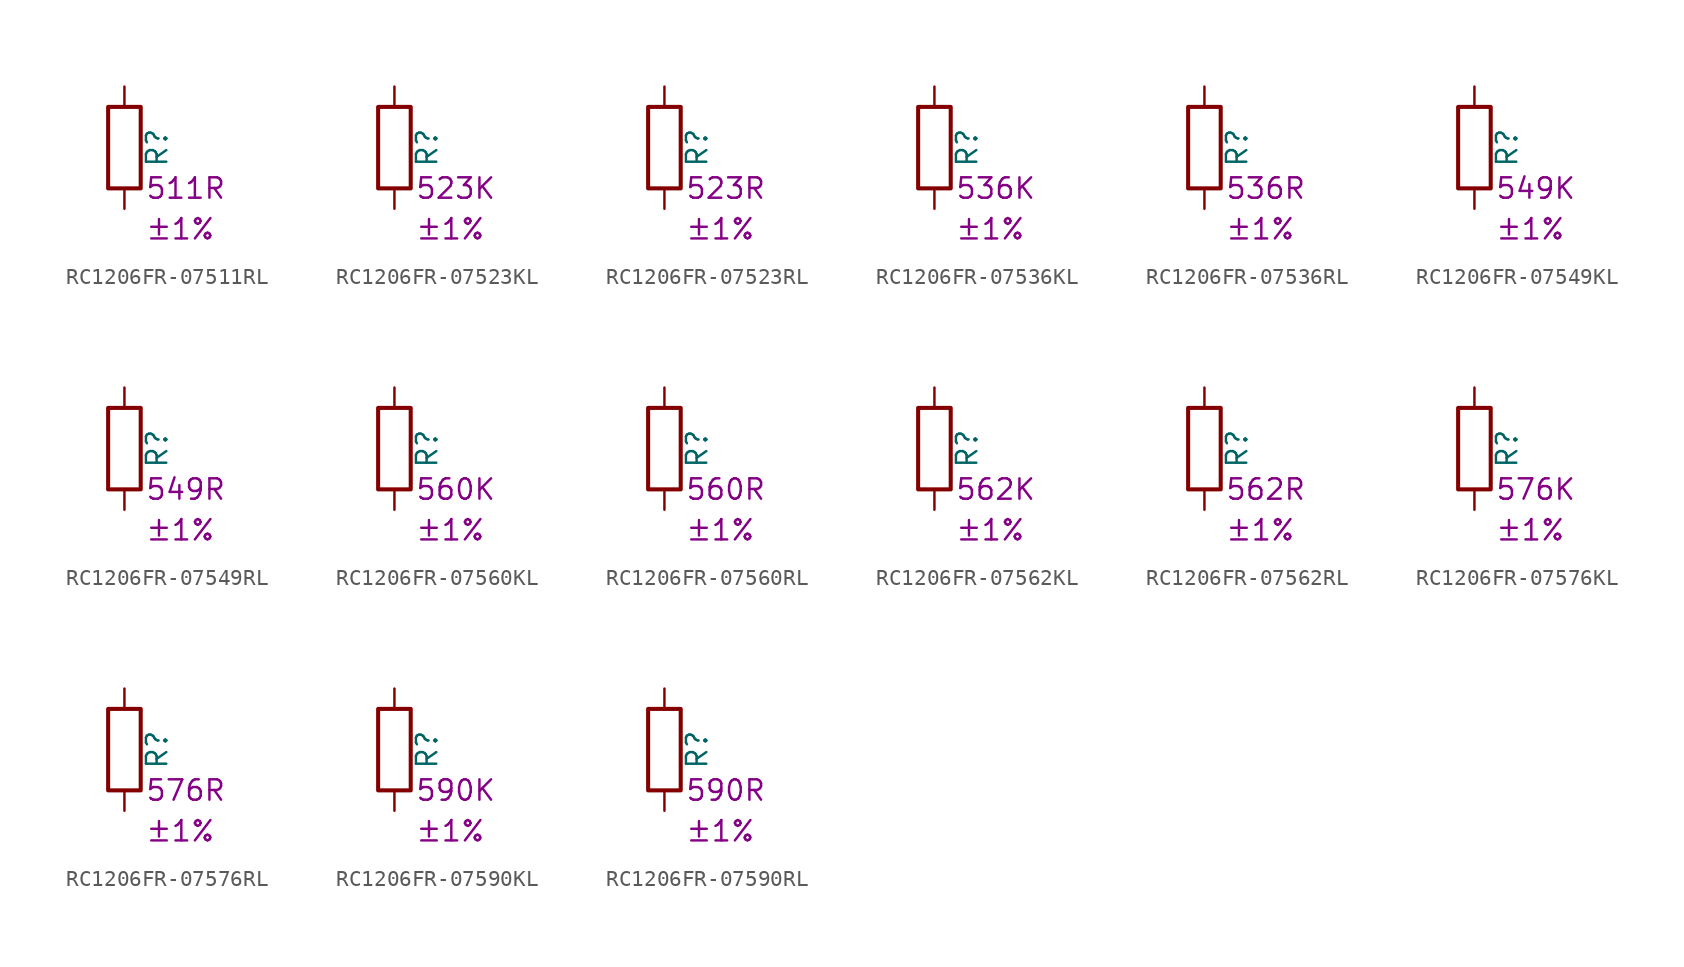
<source format=kicad_sym>
(kicad_symbol_lib
  (version 20220914)
  (generator kicad_symbol_editor)
  (symbol "RC1206FR-07511RL"
    (pin_numbers hide)
    (pin_names
      (offset 0))
    (property "Reference" "R"
      (at 2.032 0 90)
      (effects (font (size 1.27 1.27))))
    (property "Resistance" "511R"
      (at 1.27 -2.54 0)
      (effects (font (size 1.27 1.27)) (justify left)))
    (property "Tolerance" "±1%"
      (at 1.27 -5.08 0)
      (effects (font (size 1.27 1.27)) (justify left)))
    (symbol "RC1206FR-07511RL_0_1"
      (rectangle (start -1.016 -2.54) (end 1.016 2.54) (stroke (width 0.254) (type default)) (fill (type none))))
    (symbol "RC1206FR-07511RL_1_1"
      (pin passive line (at 0 3.81 270) (length 1.27) (name "~" (effects (font (size 1.27 1.27)))) (number "1" (effects (font (size 1.27 1.27)))))
      (pin passive line (at 0 -3.81 90) (length 1.27) (name "~" (effects (font (size 1.27 1.27)))) (number "2" (effects (font (size 1.27 1.27)))))))
  (symbol "RC1206FR-07523KL"
    (pin_numbers hide)
    (pin_names
      (offset 0))
    (property "Reference" "R"
      (at 2.032 0 90)
      (effects (font (size 1.27 1.27))))
    (property "Resistance" "523K"
      (at 1.27 -2.54 0)
      (effects (font (size 1.27 1.27)) (justify left)))
    (property "Tolerance" "±1%"
      (at 1.27 -5.08 0)
      (effects (font (size 1.27 1.27)) (justify left)))
    (symbol "RC1206FR-07523KL_0_1"
      (rectangle (start -1.016 -2.54) (end 1.016 2.54) (stroke (width 0.254) (type default)) (fill (type none))))
    (symbol "RC1206FR-07523KL_1_1"
      (pin passive line (at 0 3.81 270) (length 1.27) (name "~" (effects (font (size 1.27 1.27)))) (number "1" (effects (font (size 1.27 1.27)))))
      (pin passive line (at 0 -3.81 90) (length 1.27) (name "~" (effects (font (size 1.27 1.27)))) (number "2" (effects (font (size 1.27 1.27)))))))
  (symbol "RC1206FR-07523RL"
    (pin_numbers hide)
    (pin_names
      (offset 0))
    (property "Reference" "R"
      (at 2.032 0 90)
      (effects (font (size 1.27 1.27))))
    (property "Resistance" "523R"
      (at 1.27 -2.54 0)
      (effects (font (size 1.27 1.27)) (justify left)))
    (property "Tolerance" "±1%"
      (at 1.27 -5.08 0)
      (effects (font (size 1.27 1.27)) (justify left)))
    (symbol "RC1206FR-07523RL_0_1"
      (rectangle (start -1.016 -2.54) (end 1.016 2.54) (stroke (width 0.254) (type default)) (fill (type none))))
    (symbol "RC1206FR-07523RL_1_1"
      (pin passive line (at 0 3.81 270) (length 1.27) (name "~" (effects (font (size 1.27 1.27)))) (number "1" (effects (font (size 1.27 1.27)))))
      (pin passive line (at 0 -3.81 90) (length 1.27) (name "~" (effects (font (size 1.27 1.27)))) (number "2" (effects (font (size 1.27 1.27)))))))
  (symbol "RC1206FR-07536KL"
    (pin_numbers hide)
    (pin_names
      (offset 0))
    (property "Reference" "R"
      (at 2.032 0 90)
      (effects (font (size 1.27 1.27))))
    (property "Resistance" "536K"
      (at 1.27 -2.54 0)
      (effects (font (size 1.27 1.27)) (justify left)))
    (property "Tolerance" "±1%"
      (at 1.27 -5.08 0)
      (effects (font (size 1.27 1.27)) (justify left)))
    (symbol "RC1206FR-07536KL_0_1"
      (rectangle (start -1.016 -2.54) (end 1.016 2.54) (stroke (width 0.254) (type default)) (fill (type none))))
    (symbol "RC1206FR-07536KL_1_1"
      (pin passive line (at 0 3.81 270) (length 1.27) (name "~" (effects (font (size 1.27 1.27)))) (number "1" (effects (font (size 1.27 1.27)))))
      (pin passive line (at 0 -3.81 90) (length 1.27) (name "~" (effects (font (size 1.27 1.27)))) (number "2" (effects (font (size 1.27 1.27)))))))
  (symbol "RC1206FR-07536RL"
    (pin_numbers hide)
    (pin_names
      (offset 0))
    (property "Reference" "R"
      (at 2.032 0 90)
      (effects (font (size 1.27 1.27))))
    (property "Resistance" "536R"
      (at 1.27 -2.54 0)
      (effects (font (size 1.27 1.27)) (justify left)))
    (property "Tolerance" "±1%"
      (at 1.27 -5.08 0)
      (effects (font (size 1.27 1.27)) (justify left)))
    (symbol "RC1206FR-07536RL_0_1"
      (rectangle (start -1.016 -2.54) (end 1.016 2.54) (stroke (width 0.254) (type default)) (fill (type none))))
    (symbol "RC1206FR-07536RL_1_1"
      (pin passive line (at 0 3.81 270) (length 1.27) (name "~" (effects (font (size 1.27 1.27)))) (number "1" (effects (font (size 1.27 1.27)))))
      (pin passive line (at 0 -3.81 90) (length 1.27) (name "~" (effects (font (size 1.27 1.27)))) (number "2" (effects (font (size 1.27 1.27)))))))
  (symbol "RC1206FR-07549KL"
    (pin_numbers hide)
    (pin_names
      (offset 0))
    (property "Reference" "R"
      (at 2.032 0 90)
      (effects (font (size 1.27 1.27))))
    (property "Resistance" "549K"
      (at 1.27 -2.54 0)
      (effects (font (size 1.27 1.27)) (justify left)))
    (property "Tolerance" "±1%"
      (at 1.27 -5.08 0)
      (effects (font (size 1.27 1.27)) (justify left)))
    (symbol "RC1206FR-07549KL_0_1"
      (rectangle (start -1.016 -2.54) (end 1.016 2.54) (stroke (width 0.254) (type default)) (fill (type none))))
    (symbol "RC1206FR-07549KL_1_1"
      (pin passive line (at 0 3.81 270) (length 1.27) (name "~" (effects (font (size 1.27 1.27)))) (number "1" (effects (font (size 1.27 1.27)))))
      (pin passive line (at 0 -3.81 90) (length 1.27) (name "~" (effects (font (size 1.27 1.27)))) (number "2" (effects (font (size 1.27 1.27)))))))
  (symbol "RC1206FR-07549RL"
    (pin_numbers hide)
    (pin_names
      (offset 0))
    (property "Reference" "R"
      (at 2.032 0 90)
      (effects (font (size 1.27 1.27))))
    (property "Resistance" "549R"
      (at 1.27 -2.54 0)
      (effects (font (size 1.27 1.27)) (justify left)))
    (property "Tolerance" "±1%"
      (at 1.27 -5.08 0)
      (effects (font (size 1.27 1.27)) (justify left)))
    (symbol "RC1206FR-07549RL_0_1"
      (rectangle (start -1.016 -2.54) (end 1.016 2.54) (stroke (width 0.254) (type default)) (fill (type none))))
    (symbol "RC1206FR-07549RL_1_1"
      (pin passive line (at 0 3.81 270) (length 1.27) (name "~" (effects (font (size 1.27 1.27)))) (number "1" (effects (font (size 1.27 1.27)))))
      (pin passive line (at 0 -3.81 90) (length 1.27) (name "~" (effects (font (size 1.27 1.27)))) (number "2" (effects (font (size 1.27 1.27)))))))
  (symbol "RC1206FR-07560KL"
    (pin_numbers hide)
    (pin_names
      (offset 0))
    (property "Reference" "R"
      (at 2.032 0 90)
      (effects (font (size 1.27 1.27))))
    (property "Resistance" "560K"
      (at 1.27 -2.54 0)
      (effects (font (size 1.27 1.27)) (justify left)))
    (property "Tolerance" "±1%"
      (at 1.27 -5.08 0)
      (effects (font (size 1.27 1.27)) (justify left)))
    (symbol "RC1206FR-07560KL_0_1"
      (rectangle (start -1.016 -2.54) (end 1.016 2.54) (stroke (width 0.254) (type default)) (fill (type none))))
    (symbol "RC1206FR-07560KL_1_1"
      (pin passive line (at 0 3.81 270) (length 1.27) (name "~" (effects (font (size 1.27 1.27)))) (number "1" (effects (font (size 1.27 1.27)))))
      (pin passive line (at 0 -3.81 90) (length 1.27) (name "~" (effects (font (size 1.27 1.27)))) (number "2" (effects (font (size 1.27 1.27)))))))
  (symbol "RC1206FR-07560RL"
    (pin_numbers hide)
    (pin_names
      (offset 0))
    (property "Reference" "R"
      (at 2.032 0 90)
      (effects (font (size 1.27 1.27))))
    (property "Resistance" "560R"
      (at 1.27 -2.54 0)
      (effects (font (size 1.27 1.27)) (justify left)))
    (property "Tolerance" "±1%"
      (at 1.27 -5.08 0)
      (effects (font (size 1.27 1.27)) (justify left)))
    (symbol "RC1206FR-07560RL_0_1"
      (rectangle (start -1.016 -2.54) (end 1.016 2.54) (stroke (width 0.254) (type default)) (fill (type none))))
    (symbol "RC1206FR-07560RL_1_1"
      (pin passive line (at 0 3.81 270) (length 1.27) (name "~" (effects (font (size 1.27 1.27)))) (number "1" (effects (font (size 1.27 1.27)))))
      (pin passive line (at 0 -3.81 90) (length 1.27) (name "~" (effects (font (size 1.27 1.27)))) (number "2" (effects (font (size 1.27 1.27)))))))
  (symbol "RC1206FR-07562KL"
    (pin_numbers hide)
    (pin_names
      (offset 0))
    (property "Reference" "R"
      (at 2.032 0 90)
      (effects (font (size 1.27 1.27))))
    (property "Resistance" "562K"
      (at 1.27 -2.54 0)
      (effects (font (size 1.27 1.27)) (justify left)))
    (property "Tolerance" "±1%"
      (at 1.27 -5.08 0)
      (effects (font (size 1.27 1.27)) (justify left)))
    (symbol "RC1206FR-07562KL_0_1"
      (rectangle (start -1.016 -2.54) (end 1.016 2.54) (stroke (width 0.254) (type default)) (fill (type none))))
    (symbol "RC1206FR-07562KL_1_1"
      (pin passive line (at 0 3.81 270) (length 1.27) (name "~" (effects (font (size 1.27 1.27)))) (number "1" (effects (font (size 1.27 1.27)))))
      (pin passive line (at 0 -3.81 90) (length 1.27) (name "~" (effects (font (size 1.27 1.27)))) (number "2" (effects (font (size 1.27 1.27)))))))
  (symbol "RC1206FR-07562RL"
    (pin_numbers hide)
    (pin_names
      (offset 0))
    (property "Reference" "R"
      (at 2.032 0 90)
      (effects (font (size 1.27 1.27))))
    (property "Resistance" "562R"
      (at 1.27 -2.54 0)
      (effects (font (size 1.27 1.27)) (justify left)))
    (property "Tolerance" "±1%"
      (at 1.27 -5.08 0)
      (effects (font (size 1.27 1.27)) (justify left)))
    (symbol "RC1206FR-07562RL_0_1"
      (rectangle (start -1.016 -2.54) (end 1.016 2.54) (stroke (width 0.254) (type default)) (fill (type none))))
    (symbol "RC1206FR-07562RL_1_1"
      (pin passive line (at 0 3.81 270) (length 1.27) (name "~" (effects (font (size 1.27 1.27)))) (number "1" (effects (font (size 1.27 1.27)))))
      (pin passive line (at 0 -3.81 90) (length 1.27) (name "~" (effects (font (size 1.27 1.27)))) (number "2" (effects (font (size 1.27 1.27)))))))
  (symbol "RC1206FR-07576KL"
    (pin_numbers hide)
    (pin_names
      (offset 0))
    (property "Reference" "R"
      (at 2.032 0 90)
      (effects (font (size 1.27 1.27))))
    (property "Resistance" "576K"
      (at 1.27 -2.54 0)
      (effects (font (size 1.27 1.27)) (justify left)))
    (property "Tolerance" "±1%"
      (at 1.27 -5.08 0)
      (effects (font (size 1.27 1.27)) (justify left)))
    (symbol "RC1206FR-07576KL_0_1"
      (rectangle (start -1.016 -2.54) (end 1.016 2.54) (stroke (width 0.254) (type default)) (fill (type none))))
    (symbol "RC1206FR-07576KL_1_1"
      (pin passive line (at 0 3.81 270) (length 1.27) (name "~" (effects (font (size 1.27 1.27)))) (number "1" (effects (font (size 1.27 1.27)))))
      (pin passive line (at 0 -3.81 90) (length 1.27) (name "~" (effects (font (size 1.27 1.27)))) (number "2" (effects (font (size 1.27 1.27)))))))
  (symbol "RC1206FR-07576RL"
    (pin_numbers hide)
    (pin_names
      (offset 0))
    (property "Reference" "R"
      (at 2.032 0 90)
      (effects (font (size 1.27 1.27))))
    (property "Resistance" "576R"
      (at 1.27 -2.54 0)
      (effects (font (size 1.27 1.27)) (justify left)))
    (property "Tolerance" "±1%"
      (at 1.27 -5.08 0)
      (effects (font (size 1.27 1.27)) (justify left)))
    (symbol "RC1206FR-07576RL_0_1"
      (rectangle (start -1.016 -2.54) (end 1.016 2.54) (stroke (width 0.254) (type default)) (fill (type none))))
    (symbol "RC1206FR-07576RL_1_1"
      (pin passive line (at 0 3.81 270) (length 1.27) (name "~" (effects (font (size 1.27 1.27)))) (number "1" (effects (font (size 1.27 1.27)))))
      (pin passive line (at 0 -3.81 90) (length 1.27) (name "~" (effects (font (size 1.27 1.27)))) (number "2" (effects (font (size 1.27 1.27)))))))
  (symbol "RC1206FR-07590KL"
    (pin_numbers hide)
    (pin_names
      (offset 0))
    (property "Reference" "R"
      (at 2.032 0 90)
      (effects (font (size 1.27 1.27))))
    (property "Resistance" "590K"
      (at 1.27 -2.54 0)
      (effects (font (size 1.27 1.27)) (justify left)))
    (property "Tolerance" "±1%"
      (at 1.27 -5.08 0)
      (effects (font (size 1.27 1.27)) (justify left)))
    (symbol "RC1206FR-07590KL_0_1"
      (rectangle (start -1.016 -2.54) (end 1.016 2.54) (stroke (width 0.254) (type default)) (fill (type none))))
    (symbol "RC1206FR-07590KL_1_1"
      (pin passive line (at 0 3.81 270) (length 1.27) (name "~" (effects (font (size 1.27 1.27)))) (number "1" (effects (font (size 1.27 1.27)))))
      (pin passive line (at 0 -3.81 90) (length 1.27) (name "~" (effects (font (size 1.27 1.27)))) (number "2" (effects (font (size 1.27 1.27)))))))
  (symbol "RC1206FR-07590RL"
    (pin_numbers hide)
    (pin_names
      (offset 0))
    (property "Reference" "R"
      (at 2.032 0 90)
      (effects (font (size 1.27 1.27))))
    (property "Resistance" "590R"
      (at 1.27 -2.54 0)
      (effects (font (size 1.27 1.27)) (justify left)))
    (property "Tolerance" "±1%"
      (at 1.27 -5.08 0)
      (effects (font (size 1.27 1.27)) (justify left)))
    (symbol "RC1206FR-07590RL_0_1"
      (rectangle (start -1.016 -2.54) (end 1.016 2.54) (stroke (width 0.254) (type default)) (fill (type none))))
    (symbol "RC1206FR-07590RL_1_1"
      (pin passive line (at 0 3.81 270) (length 1.27) (name "~" (effects (font (size 1.27 1.27)))) (number "1" (effects (font (size 1.27 1.27)))))
      (pin passive line (at 0 -3.81 90) (length 1.27) (name "~" (effects (font (size 1.27 1.27)))) (number "2" (effects (font (size 1.27 1.27))))))))
</source>
